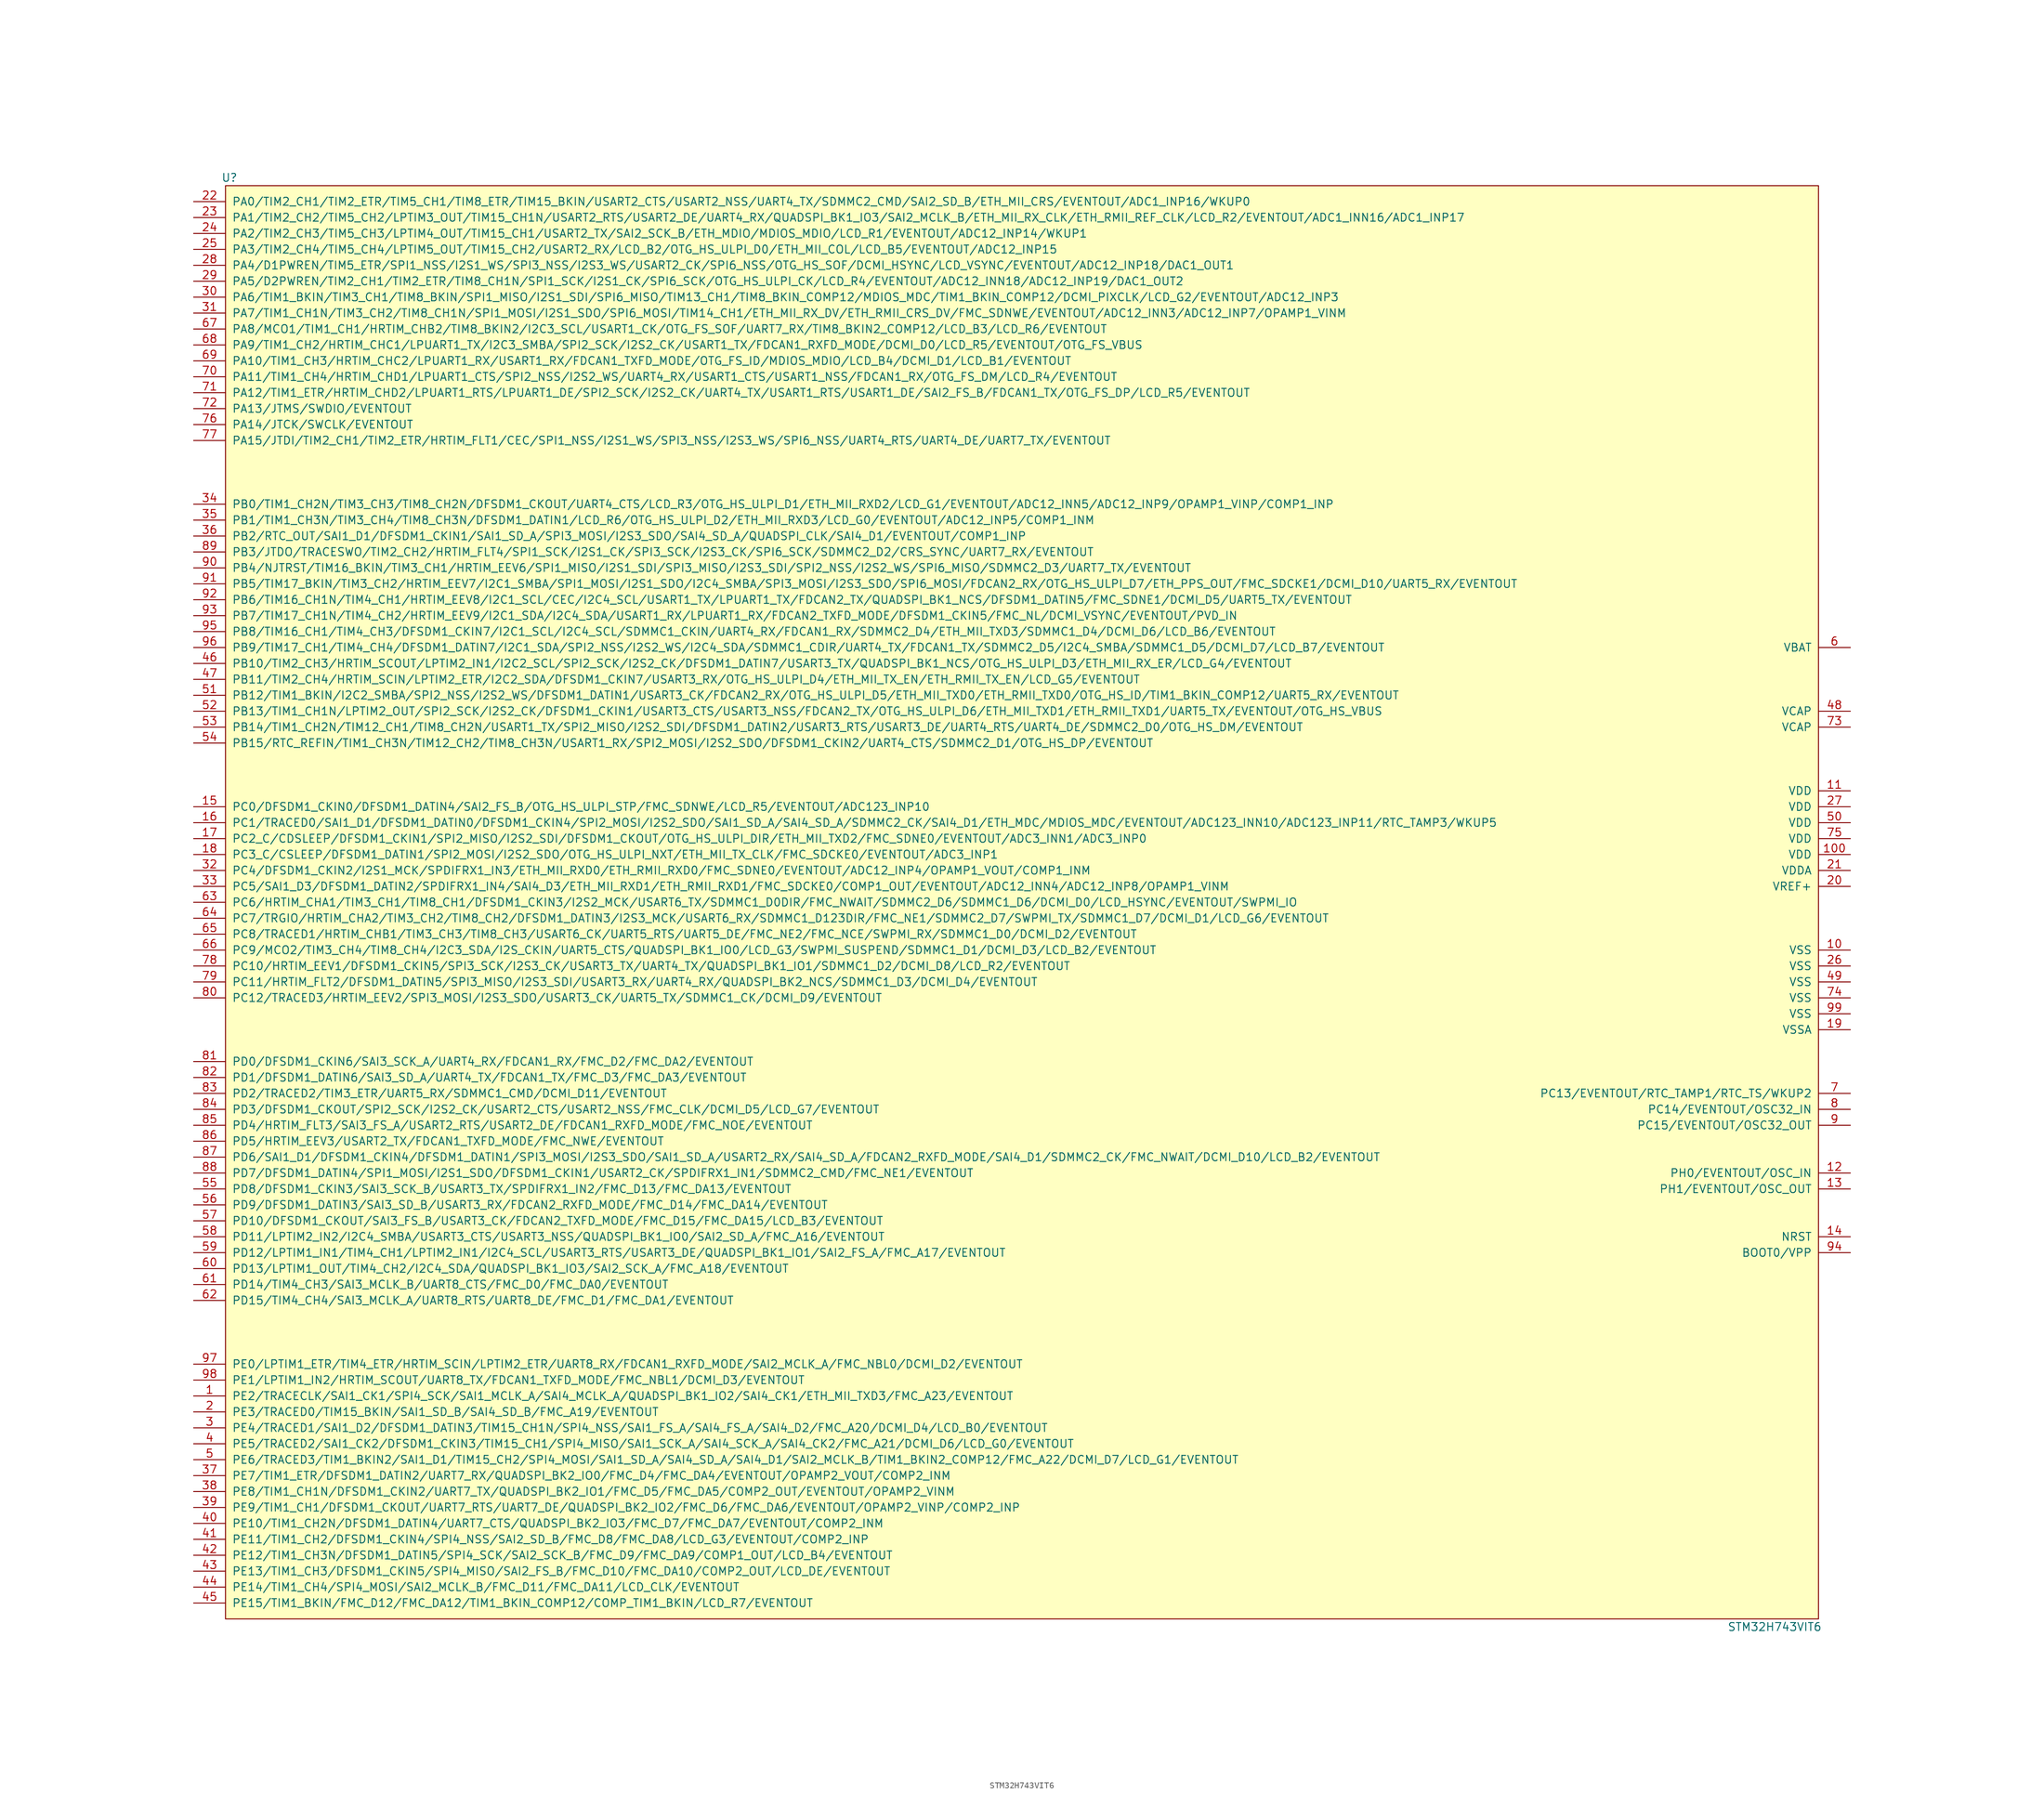
<source format=kicad_sym>
(kicad_symbol_lib
  (version 20211014)
  (generator kicad_symbol_editor)
  (symbol "STM32H743VIT6"
    (pin_names
      (offset 1.016))
    (property "Reference" "U"
      (at 0.635 3.81 0)
      (effects (font (size 1.27 1.27))))
    (property "Value" "STM32H743VIT6"
      (at 247.015 -227.33 0)
      (effects (font (size 1.27 1.27))))
    (symbol "STM32H743VIT6_0_1"
      (rectangle (start 0 2.54) (end 254 -226.06) (stroke (width 0) (type default) (color 0 0 0 0)) (fill (type background))))
    (symbol "STM32H743VIT6_1_1"
      (pin input line (at -5.08 -190.5 0) (length 5.08) (name "PE2/TRACECLK/SAI1_CK1/SPI4_SCK/SAI1_MCLK_A/SAI4_MCLK_A/QUADSPI_BK1_IO2/SAI4_CK1/ETH_MII_TXD3/FMC_A23/EVENTOUT" (effects (font (size 1.27 1.27)))) (number "1" (effects (font (size 1.27 1.27)))))
      (pin input line (at 259.08 -119.38 180) (length 5.08) (name "VSS" (effects (font (size 1.27 1.27)))) (number "10" (effects (font (size 1.27 1.27)))))
      (pin input line (at 259.08 -104.14 180) (length 5.08) (name "VDD" (effects (font (size 1.27 1.27)))) (number "100" (effects (font (size 1.27 1.27)))))
      (pin input line (at 259.08 -93.98 180) (length 5.08) (name "VDD" (effects (font (size 1.27 1.27)))) (number "11" (effects (font (size 1.27 1.27)))))
      (pin input line (at 259.08 -154.94 180) (length 5.08) (name "PH0/EVENTOUT/OSC_IN" (effects (font (size 1.27 1.27)))) (number "12" (effects (font (size 1.27 1.27)))))
      (pin input line (at 259.08 -157.48 180) (length 5.08) (name "PH1/EVENTOUT/OSC_OUT" (effects (font (size 1.27 1.27)))) (number "13" (effects (font (size 1.27 1.27)))))
      (pin input line (at 259.08 -165.1 180) (length 5.08) (name "NRST" (effects (font (size 1.27 1.27)))) (number "14" (effects (font (size 1.27 1.27)))))
      (pin input line (at -5.08 -96.52 0) (length 5.08) (name "PC0/DFSDM1_CKIN0/DFSDM1_DATIN4/SAI2_FS_B/OTG_HS_ULPI_STP/FMC_SDNWE/LCD_R5/EVENTOUT/ADC123_INP10" (effects (font (size 1.27 1.27)))) (number "15" (effects (font (size 1.27 1.27)))))
      (pin input line (at -5.08 -99.06 0) (length 5.08) (name "PC1/TRACED0/SAI1_D1/DFSDM1_DATIN0/DFSDM1_CKIN4/SPI2_MOSI/I2S2_SDO/SAI1_SD_A/SAI4_SD_A/SDMMC2_CK/SAI4_D1/ETH_MDC/MDIOS_MDC/EVENTOUT/ADC123_INN10/ADC123_INP11/RTC_TAMP3/WKUP5" (effects (font (size 1.27 1.27)))) (number "16" (effects (font (size 1.27 1.27)))))
      (pin input line (at -5.08 -101.6 0) (length 5.08) (name "PC2_C/CDSLEEP/DFSDM1_CKIN1/SPI2_MISO/I2S2_SDI/DFSDM1_CKOUT/OTG_HS_ULPI_DIR/ETH_MII_TXD2/FMC_SDNE0/EVENTOUT/ADC3_INN1/ADC3_INP0" (effects (font (size 1.27 1.27)))) (number "17" (effects (font (size 1.27 1.27)))))
      (pin input line (at -5.08 -104.14 0) (length 5.08) (name "PC3_C/CSLEEP/DFSDM1_DATIN1/SPI2_MOSI/I2S2_SDO/OTG_HS_ULPI_NXT/ETH_MII_TX_CLK/FMC_SDCKE0/EVENTOUT/ADC3_INP1" (effects (font (size 1.27 1.27)))) (number "18" (effects (font (size 1.27 1.27)))))
      (pin input line (at 259.08 -132.08 180) (length 5.08) (name "VSSA" (effects (font (size 1.27 1.27)))) (number "19" (effects (font (size 1.27 1.27)))))
      (pin input line (at -5.08 -193.04 0) (length 5.08) (name "PE3/TRACED0/TIM15_BKIN/SAI1_SD_B/SAI4_SD_B/FMC_A19/EVENTOUT" (effects (font (size 1.27 1.27)))) (number "2" (effects (font (size 1.27 1.27)))))
      (pin input line (at 259.08 -109.22 180) (length 5.08) (name "VREF+" (effects (font (size 1.27 1.27)))) (number "20" (effects (font (size 1.27 1.27)))))
      (pin input line (at 259.08 -106.68 180) (length 5.08) (name "VDDA" (effects (font (size 1.27 1.27)))) (number "21" (effects (font (size 1.27 1.27)))))
      (pin input line (at -5.08 0 0) (length 5.08) (name "PA0/TIM2_CH1/TIM2_ETR/TIM5_CH1/TIM8_ETR/TIM15_BKIN/USART2_CTS/USART2_NSS/UART4_TX/SDMMC2_CMD/SAI2_SD_B/ETH_MII_CRS/EVENTOUT/ADC1_INP16/WKUP0" (effects (font (size 1.27 1.27)))) (number "22" (effects (font (size 1.27 1.27)))))
      (pin input line (at -5.08 -2.54 0) (length 5.08) (name "PA1/TIM2_CH2/TIM5_CH2/LPTIM3_OUT/TIM15_CH1N/USART2_RTS/USART2_DE/UART4_RX/QUADSPI_BK1_IO3/SAI2_MCLK_B/ETH_MII_RX_CLK/ETH_RMII_REF_CLK/LCD_R2/EVENTOUT/ADC1_INN16/ADC1_INP17" (effects (font (size 1.27 1.27)))) (number "23" (effects (font (size 1.27 1.27)))))
      (pin input line (at -5.08 -5.08 0) (length 5.08) (name "PA2/TIM2_CH3/TIM5_CH3/LPTIM4_OUT/TIM15_CH1/USART2_TX/SAI2_SCK_B/ETH_MDIO/MDIOS_MDIO/LCD_R1/EVENTOUT/ADC12_INP14/WKUP1" (effects (font (size 1.27 1.27)))) (number "24" (effects (font (size 1.27 1.27)))))
      (pin input line (at -5.08 -7.62 0) (length 5.08) (name "PA3/TIM2_CH4/TIM5_CH4/LPTIM5_OUT/TIM15_CH2/USART2_RX/LCD_B2/OTG_HS_ULPI_D0/ETH_MII_COL/LCD_B5/EVENTOUT/ADC12_INP15" (effects (font (size 1.27 1.27)))) (number "25" (effects (font (size 1.27 1.27)))))
      (pin input line (at 259.08 -121.92 180) (length 5.08) (name "VSS" (effects (font (size 1.27 1.27)))) (number "26" (effects (font (size 1.27 1.27)))))
      (pin input line (at 259.08 -96.52 180) (length 5.08) (name "VDD" (effects (font (size 1.27 1.27)))) (number "27" (effects (font (size 1.27 1.27)))))
      (pin input line (at -5.08 -10.16 0) (length 5.08) (name "PA4/D1PWREN/TIM5_ETR/SPI1_NSS/I2S1_WS/SPI3_NSS/I2S3_WS/USART2_CK/SPI6_NSS/OTG_HS_SOF/DCMI_HSYNC/LCD_VSYNC/EVENTOUT/ADC12_INP18/DAC1_OUT1" (effects (font (size 1.27 1.27)))) (number "28" (effects (font (size 1.27 1.27)))))
      (pin input line (at -5.08 -12.7 0) (length 5.08) (name "PA5/D2PWREN/TIM2_CH1/TIM2_ETR/TIM8_CH1N/SPI1_SCK/I2S1_CK/SPI6_SCK/OTG_HS_ULPI_CK/LCD_R4/EVENTOUT/ADC12_INN18/ADC12_INP19/DAC1_OUT2" (effects (font (size 1.27 1.27)))) (number "29" (effects (font (size 1.27 1.27)))))
      (pin input line (at -5.08 -195.58 0) (length 5.08) (name "PE4/TRACED1/SAI1_D2/DFSDM1_DATIN3/TIM15_CH1N/SPI4_NSS/SAI1_FS_A/SAI4_FS_A/SAI4_D2/FMC_A20/DCMI_D4/LCD_B0/EVENTOUT" (effects (font (size 1.27 1.27)))) (number "3" (effects (font (size 1.27 1.27)))))
      (pin input line (at -5.08 -15.24 0) (length 5.08) (name "PA6/TIM1_BKIN/TIM3_CH1/TIM8_BKIN/SPI1_MISO/I2S1_SDI/SPI6_MISO/TIM13_CH1/TIM8_BKIN_COMP12/MDIOS_MDC/TIM1_BKIN_COMP12/DCMI_PIXCLK/LCD_G2/EVENTOUT/ADC12_INP3" (effects (font (size 1.27 1.27)))) (number "30" (effects (font (size 1.27 1.27)))))
      (pin input line (at -5.08 -17.78 0) (length 5.08) (name "PA7/TIM1_CH1N/TIM3_CH2/TIM8_CH1N/SPI1_MOSI/I2S1_SDO/SPI6_MOSI/TIM14_CH1/ETH_MII_RX_DV/ETH_RMII_CRS_DV/FMC_SDNWE/EVENTOUT/ADC12_INN3/ADC12_INP7/OPAMP1_VINM" (effects (font (size 1.27 1.27)))) (number "31" (effects (font (size 1.27 1.27)))))
      (pin input line (at -5.08 -106.68 0) (length 5.08) (name "PC4/DFSDM1_CKIN2/I2S1_MCK/SPDIFRX1_IN3/ETH_MII_RXD0/ETH_RMII_RXD0/FMC_SDNE0/EVENTOUT/ADC12_INP4/OPAMP1_VOUT/COMP1_INM" (effects (font (size 1.27 1.27)))) (number "32" (effects (font (size 1.27 1.27)))))
      (pin input line (at -5.08 -109.22 0) (length 5.08) (name "PC5/SAI1_D3/DFSDM1_DATIN2/SPDIFRX1_IN4/SAI4_D3/ETH_MII_RXD1/ETH_RMII_RXD1/FMC_SDCKE0/COMP1_OUT/EVENTOUT/ADC12_INN4/ADC12_INP8/OPAMP1_VINM" (effects (font (size 1.27 1.27)))) (number "33" (effects (font (size 1.27 1.27)))))
      (pin input line (at -5.08 -48.26 0) (length 5.08) (name "PB0/TIM1_CH2N/TIM3_CH3/TIM8_CH2N/DFSDM1_CKOUT/UART4_CTS/LCD_R3/OTG_HS_ULPI_D1/ETH_MII_RXD2/LCD_G1/EVENTOUT/ADC12_INN5/ADC12_INP9/OPAMP1_VINP/COMP1_INP" (effects (font (size 1.27 1.27)))) (number "34" (effects (font (size 1.27 1.27)))))
      (pin input line (at -5.08 -50.8 0) (length 5.08) (name "PB1/TIM1_CH3N/TIM3_CH4/TIM8_CH3N/DFSDM1_DATIN1/LCD_R6/OTG_HS_ULPI_D2/ETH_MII_RXD3/LCD_G0/EVENTOUT/ADC12_INP5/COMP1_INM" (effects (font (size 1.27 1.27)))) (number "35" (effects (font (size 1.27 1.27)))))
      (pin input line (at -5.08 -53.34 0) (length 5.08) (name "PB2/RTC_OUT/SAI1_D1/DFSDM1_CKIN1/SAI1_SD_A/SPI3_MOSI/I2S3_SDO/SAI4_SD_A/QUADSPI_CLK/SAI4_D1/EVENTOUT/COMP1_INP" (effects (font (size 1.27 1.27)))) (number "36" (effects (font (size 1.27 1.27)))))
      (pin input line (at -5.08 -203.2 0) (length 5.08) (name "PE7/TIM1_ETR/DFSDM1_DATIN2/UART7_RX/QUADSPI_BK2_IO0/FMC_D4/FMC_DA4/EVENTOUT/OPAMP2_VOUT/COMP2_INM" (effects (font (size 1.27 1.27)))) (number "37" (effects (font (size 1.27 1.27)))))
      (pin input line (at -5.08 -205.74 0) (length 5.08) (name "PE8/TIM1_CH1N/DFSDM1_CKIN2/UART7_TX/QUADSPI_BK2_IO1/FMC_D5/FMC_DA5/COMP2_OUT/EVENTOUT/OPAMP2_VINM" (effects (font (size 1.27 1.27)))) (number "38" (effects (font (size 1.27 1.27)))))
      (pin input line (at -5.08 -208.28 0) (length 5.08) (name "PE9/TIM1_CH1/DFSDM1_CKOUT/UART7_RTS/UART7_DE/QUADSPI_BK2_IO2/FMC_D6/FMC_DA6/EVENTOUT/OPAMP2_VINP/COMP2_INP" (effects (font (size 1.27 1.27)))) (number "39" (effects (font (size 1.27 1.27)))))
      (pin input line (at -5.08 -198.12 0) (length 5.08) (name "PE5/TRACED2/SAI1_CK2/DFSDM1_CKIN3/TIM15_CH1/SPI4_MISO/SAI1_SCK_A/SAI4_SCK_A/SAI4_CK2/FMC_A21/DCMI_D6/LCD_G0/EVENTOUT" (effects (font (size 1.27 1.27)))) (number "4" (effects (font (size 1.27 1.27)))))
      (pin input line (at -5.08 -210.82 0) (length 5.08) (name "PE10/TIM1_CH2N/DFSDM1_DATIN4/UART7_CTS/QUADSPI_BK2_IO3/FMC_D7/FMC_DA7/EVENTOUT/COMP2_INM" (effects (font (size 1.27 1.27)))) (number "40" (effects (font (size 1.27 1.27)))))
      (pin input line (at -5.08 -213.36 0) (length 5.08) (name "PE11/TIM1_CH2/DFSDM1_CKIN4/SPI4_NSS/SAI2_SD_B/FMC_D8/FMC_DA8/LCD_G3/EVENTOUT/COMP2_INP" (effects (font (size 1.27 1.27)))) (number "41" (effects (font (size 1.27 1.27)))))
      (pin input line (at -5.08 -215.9 0) (length 5.08) (name "PE12/TIM1_CH3N/DFSDM1_DATIN5/SPI4_SCK/SAI2_SCK_B/FMC_D9/FMC_DA9/COMP1_OUT/LCD_B4/EVENTOUT" (effects (font (size 1.27 1.27)))) (number "42" (effects (font (size 1.27 1.27)))))
      (pin input line (at -5.08 -218.44 0) (length 5.08) (name "PE13/TIM1_CH3/DFSDM1_CKIN5/SPI4_MISO/SAI2_FS_B/FMC_D10/FMC_DA10/COMP2_OUT/LCD_DE/EVENTOUT" (effects (font (size 1.27 1.27)))) (number "43" (effects (font (size 1.27 1.27)))))
      (pin input line (at -5.08 -220.98 0) (length 5.08) (name "PE14/TIM1_CH4/SPI4_MOSI/SAI2_MCLK_B/FMC_D11/FMC_DA11/LCD_CLK/EVENTOUT" (effects (font (size 1.27 1.27)))) (number "44" (effects (font (size 1.27 1.27)))))
      (pin input line (at -5.08 -223.52 0) (length 5.08) (name "PE15/TIM1_BKIN/FMC_D12/FMC_DA12/TIM1_BKIN_COMP12/COMP_TIM1_BKIN/LCD_R7/EVENTOUT" (effects (font (size 1.27 1.27)))) (number "45" (effects (font (size 1.27 1.27)))))
      (pin input line (at -5.08 -73.66 0) (length 5.08) (name "PB10/TIM2_CH3/HRTIM_SCOUT/LPTIM2_IN1/I2C2_SCL/SPI2_SCK/I2S2_CK/DFSDM1_DATIN7/USART3_TX/QUADSPI_BK1_NCS/OTG_HS_ULPI_D3/ETH_MII_RX_ER/LCD_G4/EVENTOUT" (effects (font (size 1.27 1.27)))) (number "46" (effects (font (size 1.27 1.27)))))
      (pin input line (at -5.08 -76.2 0) (length 5.08) (name "PB11/TIM2_CH4/HRTIM_SCIN/LPTIM2_ETR/I2C2_SDA/DFSDM1_CKIN7/USART3_RX/OTG_HS_ULPI_D4/ETH_MII_TX_EN/ETH_RMII_TX_EN/LCD_G5/EVENTOUT" (effects (font (size 1.27 1.27)))) (number "47" (effects (font (size 1.27 1.27)))))
      (pin input line (at 259.08 -81.28 180) (length 5.08) (name "VCAP" (effects (font (size 1.27 1.27)))) (number "48" (effects (font (size 1.27 1.27)))))
      (pin input line (at 259.08 -124.46 180) (length 5.08) (name "VSS" (effects (font (size 1.27 1.27)))) (number "49" (effects (font (size 1.27 1.27)))))
      (pin input line (at -5.08 -200.66 0) (length 5.08) (name "PE6/TRACED3/TIM1_BKIN2/SAI1_D1/TIM15_CH2/SPI4_MOSI/SAI1_SD_A/SAI4_SD_A/SAI4_D1/SAI2_MCLK_B/TIM1_BKIN2_COMP12/FMC_A22/DCMI_D7/LCD_G1/EVENTOUT" (effects (font (size 1.27 1.27)))) (number "5" (effects (font (size 1.27 1.27)))))
      (pin input line (at 259.08 -99.06 180) (length 5.08) (name "VDD" (effects (font (size 1.27 1.27)))) (number "50" (effects (font (size 1.27 1.27)))))
      (pin input line (at -5.08 -78.74 0) (length 5.08) (name "PB12/TIM1_BKIN/I2C2_SMBA/SPI2_NSS/I2S2_WS/DFSDM1_DATIN1/USART3_CK/FDCAN2_RX/OTG_HS_ULPI_D5/ETH_MII_TXD0/ETH_RMII_TXD0/OTG_HS_ID/TIM1_BKIN_COMP12/UART5_RX/EVENTOUT" (effects (font (size 1.27 1.27)))) (number "51" (effects (font (size 1.27 1.27)))))
      (pin input line (at -5.08 -81.28 0) (length 5.08) (name "PB13/TIM1_CH1N/LPTIM2_OUT/SPI2_SCK/I2S2_CK/DFSDM1_CKIN1/USART3_CTS/USART3_NSS/FDCAN2_TX/OTG_HS_ULPI_D6/ETH_MII_TXD1/ETH_RMII_TXD1/UART5_TX/EVENTOUT/OTG_HS_VBUS" (effects (font (size 1.27 1.27)))) (number "52" (effects (font (size 1.27 1.27)))))
      (pin input line (at -5.08 -83.82 0) (length 5.08) (name "PB14/TIM1_CH2N/TIM12_CH1/TIM8_CH2N/USART1_TX/SPI2_MISO/I2S2_SDI/DFSDM1_DATIN2/USART3_RTS/USART3_DE/UART4_RTS/UART4_DE/SDMMC2_D0/OTG_HS_DM/EVENTOUT" (effects (font (size 1.27 1.27)))) (number "53" (effects (font (size 1.27 1.27)))))
      (pin input line (at -5.08 -86.36 0) (length 5.08) (name "PB15/RTC_REFIN/TIM1_CH3N/TIM12_CH2/TIM8_CH3N/USART1_RX/SPI2_MOSI/I2S2_SDO/DFSDM1_CKIN2/UART4_CTS/SDMMC2_D1/OTG_HS_DP/EVENTOUT" (effects (font (size 1.27 1.27)))) (number "54" (effects (font (size 1.27 1.27)))))
      (pin input line (at -5.08 -157.48 0) (length 5.08) (name "PD8/DFSDM1_CKIN3/SAI3_SCK_B/USART3_TX/SPDIFRX1_IN2/FMC_D13/FMC_DA13/EVENTOUT" (effects (font (size 1.27 1.27)))) (number "55" (effects (font (size 1.27 1.27)))))
      (pin input line (at -5.08 -160.02 0) (length 5.08) (name "PD9/DFSDM1_DATIN3/SAI3_SD_B/USART3_RX/FDCAN2_RXFD_MODE/FMC_D14/FMC_DA14/EVENTOUT" (effects (font (size 1.27 1.27)))) (number "56" (effects (font (size 1.27 1.27)))))
      (pin input line (at -5.08 -162.56 0) (length 5.08) (name "PD10/DFSDM1_CKOUT/SAI3_FS_B/USART3_CK/FDCAN2_TXFD_MODE/FMC_D15/FMC_DA15/LCD_B3/EVENTOUT" (effects (font (size 1.27 1.27)))) (number "57" (effects (font (size 1.27 1.27)))))
      (pin input line (at -5.08 -165.1 0) (length 5.08) (name "PD11/LPTIM2_IN2/I2C4_SMBA/USART3_CTS/USART3_NSS/QUADSPI_BK1_IO0/SAI2_SD_A/FMC_A16/EVENTOUT" (effects (font (size 1.27 1.27)))) (number "58" (effects (font (size 1.27 1.27)))))
      (pin input line (at -5.08 -167.64 0) (length 5.08) (name "PD12/LPTIM1_IN1/TIM4_CH1/LPTIM2_IN1/I2C4_SCL/USART3_RTS/USART3_DE/QUADSPI_BK1_IO1/SAI2_FS_A/FMC_A17/EVENTOUT" (effects (font (size 1.27 1.27)))) (number "59" (effects (font (size 1.27 1.27)))))
      (pin input line (at 259.08 -71.12 180) (length 5.08) (name "VBAT" (effects (font (size 1.27 1.27)))) (number "6" (effects (font (size 1.27 1.27)))))
      (pin input line (at -5.08 -170.18 0) (length 5.08) (name "PD13/LPTIM1_OUT/TIM4_CH2/I2C4_SDA/QUADSPI_BK1_IO3/SAI2_SCK_A/FMC_A18/EVENTOUT" (effects (font (size 1.27 1.27)))) (number "60" (effects (font (size 1.27 1.27)))))
      (pin input line (at -5.08 -172.72 0) (length 5.08) (name "PD14/TIM4_CH3/SAI3_MCLK_B/UART8_CTS/FMC_D0/FMC_DA0/EVENTOUT" (effects (font (size 1.27 1.27)))) (number "61" (effects (font (size 1.27 1.27)))))
      (pin input line (at -5.08 -175.26 0) (length 5.08) (name "PD15/TIM4_CH4/SAI3_MCLK_A/UART8_RTS/UART8_DE/FMC_D1/FMC_DA1/EVENTOUT" (effects (font (size 1.27 1.27)))) (number "62" (effects (font (size 1.27 1.27)))))
      (pin input line (at -5.08 -111.76 0) (length 5.08) (name "PC6/HRTIM_CHA1/TIM3_CH1/TIM8_CH1/DFSDM1_CKIN3/I2S2_MCK/USART6_TX/SDMMC1_D0DIR/FMC_NWAIT/SDMMC2_D6/SDMMC1_D6/DCMI_D0/LCD_HSYNC/EVENTOUT/SWPMI_IO" (effects (font (size 1.27 1.27)))) (number "63" (effects (font (size 1.27 1.27)))))
      (pin input line (at -5.08 -114.3 0) (length 5.08) (name "PC7/TRGIO/HRTIM_CHA2/TIM3_CH2/TIM8_CH2/DFSDM1_DATIN3/I2S3_MCK/USART6_RX/SDMMC1_D123DIR/FMC_NE1/SDMMC2_D7/SWPMI_TX/SDMMC1_D7/DCMI_D1/LCD_G6/EVENTOUT" (effects (font (size 1.27 1.27)))) (number "64" (effects (font (size 1.27 1.27)))))
      (pin input line (at -5.08 -116.84 0) (length 5.08) (name "PC8/TRACED1/HRTIM_CHB1/TIM3_CH3/TIM8_CH3/USART6_CK/UART5_RTS/UART5_DE/FMC_NE2/FMC_NCE/SWPMI_RX/SDMMC1_D0/DCMI_D2/EVENTOUT" (effects (font (size 1.27 1.27)))) (number "65" (effects (font (size 1.27 1.27)))))
      (pin input line (at -5.08 -119.38 0) (length 5.08) (name "PC9/MCO2/TIM3_CH4/TIM8_CH4/I2C3_SDA/I2S_CKIN/UART5_CTS/QUADSPI_BK1_IO0/LCD_G3/SWPMI_SUSPEND/SDMMC1_D1/DCMI_D3/LCD_B2/EVENTOUT" (effects (font (size 1.27 1.27)))) (number "66" (effects (font (size 1.27 1.27)))))
      (pin input line (at -5.08 -20.32 0) (length 5.08) (name "PA8/MCO1/TIM1_CH1/HRTIM_CHB2/TIM8_BKIN2/I2C3_SCL/USART1_CK/OTG_FS_SOF/UART7_RX/TIM8_BKIN2_COMP12/LCD_B3/LCD_R6/EVENTOUT" (effects (font (size 1.27 1.27)))) (number "67" (effects (font (size 1.27 1.27)))))
      (pin input line (at -5.08 -22.86 0) (length 5.08) (name "PA9/TIM1_CH2/HRTIM_CHC1/LPUART1_TX/I2C3_SMBA/SPI2_SCK/I2S2_CK/USART1_TX/FDCAN1_RXFD_MODE/DCMI_D0/LCD_R5/EVENTOUT/OTG_FS_VBUS" (effects (font (size 1.27 1.27)))) (number "68" (effects (font (size 1.27 1.27)))))
      (pin input line (at -5.08 -25.4 0) (length 5.08) (name "PA10/TIM1_CH3/HRTIM_CHC2/LPUART1_RX/USART1_RX/FDCAN1_TXFD_MODE/OTG_FS_ID/MDIOS_MDIO/LCD_B4/DCMI_D1/LCD_B1/EVENTOUT" (effects (font (size 1.27 1.27)))) (number "69" (effects (font (size 1.27 1.27)))))
      (pin input line (at 259.08 -142.24 180) (length 5.08) (name "PC13/EVENTOUT/RTC_TAMP1/RTC_TS/WKUP2" (effects (font (size 1.27 1.27)))) (number "7" (effects (font (size 1.27 1.27)))))
      (pin input line (at -5.08 -27.94 0) (length 5.08) (name "PA11/TIM1_CH4/HRTIM_CHD1/LPUART1_CTS/SPI2_NSS/I2S2_WS/UART4_RX/USART1_CTS/USART1_NSS/FDCAN1_RX/OTG_FS_DM/LCD_R4/EVENTOUT" (effects (font (size 1.27 1.27)))) (number "70" (effects (font (size 1.27 1.27)))))
      (pin input line (at -5.08 -30.48 0) (length 5.08) (name "PA12/TIM1_ETR/HRTIM_CHD2/LPUART1_RTS/LPUART1_DE/SPI2_SCK/I2S2_CK/UART4_TX/USART1_RTS/USART1_DE/SAI2_FS_B/FDCAN1_TX/OTG_FS_DP/LCD_R5/EVENTOUT" (effects (font (size 1.27 1.27)))) (number "71" (effects (font (size 1.27 1.27)))))
      (pin input line (at -5.08 -33.02 0) (length 5.08) (name "PA13/JTMS/SWDIO/EVENTOUT" (effects (font (size 1.27 1.27)))) (number "72" (effects (font (size 1.27 1.27)))))
      (pin input line (at 259.08 -83.82 180) (length 5.08) (name "VCAP" (effects (font (size 1.27 1.27)))) (number "73" (effects (font (size 1.27 1.27)))))
      (pin input line (at 259.08 -127 180) (length 5.08) (name "VSS" (effects (font (size 1.27 1.27)))) (number "74" (effects (font (size 1.27 1.27)))))
      (pin input line (at 259.08 -101.6 180) (length 5.08) (name "VDD" (effects (font (size 1.27 1.27)))) (number "75" (effects (font (size 1.27 1.27)))))
      (pin input line (at -5.08 -35.56 0) (length 5.08) (name "PA14/JTCK/SWCLK/EVENTOUT" (effects (font (size 1.27 1.27)))) (number "76" (effects (font (size 1.27 1.27)))))
      (pin input line (at -5.08 -38.1 0) (length 5.08) (name "PA15/JTDI/TIM2_CH1/TIM2_ETR/HRTIM_FLT1/CEC/SPI1_NSS/I2S1_WS/SPI3_NSS/I2S3_WS/SPI6_NSS/UART4_RTS/UART4_DE/UART7_TX/EVENTOUT" (effects (font (size 1.27 1.27)))) (number "77" (effects (font (size 1.27 1.27)))))
      (pin input line (at -5.08 -121.92 0) (length 5.08) (name "PC10/HRTIM_EEV1/DFSDM1_CKIN5/SPI3_SCK/I2S3_CK/USART3_TX/UART4_TX/QUADSPI_BK1_IO1/SDMMC1_D2/DCMI_D8/LCD_R2/EVENTOUT" (effects (font (size 1.27 1.27)))) (number "78" (effects (font (size 1.27 1.27)))))
      (pin input line (at -5.08 -124.46 0) (length 5.08) (name "PC11/HRTIM_FLT2/DFSDM1_DATIN5/SPI3_MISO/I2S3_SDI/USART3_RX/UART4_RX/QUADSPI_BK2_NCS/SDMMC1_D3/DCMI_D4/EVENTOUT" (effects (font (size 1.27 1.27)))) (number "79" (effects (font (size 1.27 1.27)))))
      (pin input line (at 259.08 -144.78 180) (length 5.08) (name "PC14/EVENTOUT/OSC32_IN" (effects (font (size 1.27 1.27)))) (number "8" (effects (font (size 1.27 1.27)))))
      (pin input line (at -5.08 -127 0) (length 5.08) (name "PC12/TRACED3/HRTIM_EEV2/SPI3_MOSI/I2S3_SDO/USART3_CK/UART5_TX/SDMMC1_CK/DCMI_D9/EVENTOUT" (effects (font (size 1.27 1.27)))) (number "80" (effects (font (size 1.27 1.27)))))
      (pin input line (at -5.08 -137.16 0) (length 5.08) (name "PD0/DFSDM1_CKIN6/SAI3_SCK_A/UART4_RX/FDCAN1_RX/FMC_D2/FMC_DA2/EVENTOUT" (effects (font (size 1.27 1.27)))) (number "81" (effects (font (size 1.27 1.27)))))
      (pin input line (at -5.08 -139.7 0) (length 5.08) (name "PD1/DFSDM1_DATIN6/SAI3_SD_A/UART4_TX/FDCAN1_TX/FMC_D3/FMC_DA3/EVENTOUT" (effects (font (size 1.27 1.27)))) (number "82" (effects (font (size 1.27 1.27)))))
      (pin input line (at -5.08 -142.24 0) (length 5.08) (name "PD2/TRACED2/TIM3_ETR/UART5_RX/SDMMC1_CMD/DCMI_D11/EVENTOUT" (effects (font (size 1.27 1.27)))) (number "83" (effects (font (size 1.27 1.27)))))
      (pin input line (at -5.08 -144.78 0) (length 5.08) (name "PD3/DFSDM1_CKOUT/SPI2_SCK/I2S2_CK/USART2_CTS/USART2_NSS/FMC_CLK/DCMI_D5/LCD_G7/EVENTOUT" (effects (font (size 1.27 1.27)))) (number "84" (effects (font (size 1.27 1.27)))))
      (pin input line (at -5.08 -147.32 0) (length 5.08) (name "PD4/HRTIM_FLT3/SAI3_FS_A/USART2_RTS/USART2_DE/FDCAN1_RXFD_MODE/FMC_NOE/EVENTOUT" (effects (font (size 1.27 1.27)))) (number "85" (effects (font (size 1.27 1.27)))))
      (pin input line (at -5.08 -149.86 0) (length 5.08) (name "PD5/HRTIM_EEV3/USART2_TX/FDCAN1_TXFD_MODE/FMC_NWE/EVENTOUT" (effects (font (size 1.27 1.27)))) (number "86" (effects (font (size 1.27 1.27)))))
      (pin input line (at -5.08 -152.4 0) (length 5.08) (name "PD6/SAI1_D1/DFSDM1_CKIN4/DFSDM1_DATIN1/SPI3_MOSI/I2S3_SDO/SAI1_SD_A/USART2_RX/SAI4_SD_A/FDCAN2_RXFD_MODE/SAI4_D1/SDMMC2_CK/FMC_NWAIT/DCMI_D10/LCD_B2/EVENTOUT" (effects (font (size 1.27 1.27)))) (number "87" (effects (font (size 1.27 1.27)))))
      (pin input line (at -5.08 -154.94 0) (length 5.08) (name "PD7/DFSDM1_DATIN4/SPI1_MOSI/I2S1_SDO/DFSDM1_CKIN1/USART2_CK/SPDIFRX1_IN1/SDMMC2_CMD/FMC_NE1/EVENTOUT" (effects (font (size 1.27 1.27)))) (number "88" (effects (font (size 1.27 1.27)))))
      (pin input line (at -5.08 -55.88 0) (length 5.08) (name "PB3/JTDO/TRACESWO/TIM2_CH2/HRTIM_FLT4/SPI1_SCK/I2S1_CK/SPI3_SCK/I2S3_CK/SPI6_SCK/SDMMC2_D2/CRS_SYNC/UART7_RX/EVENTOUT" (effects (font (size 1.27 1.27)))) (number "89" (effects (font (size 1.27 1.27)))))
      (pin input line (at 259.08 -147.32 180) (length 5.08) (name "PC15/EVENTOUT/OSC32_OUT" (effects (font (size 1.27 1.27)))) (number "9" (effects (font (size 1.27 1.27)))))
      (pin input line (at -5.08 -58.42 0) (length 5.08) (name "PB4/NJTRST/TIM16_BKIN/TIM3_CH1/HRTIM_EEV6/SPI1_MISO/I2S1_SDI/SPI3_MISO/I2S3_SDI/SPI2_NSS/I2S2_WS/SPI6_MISO/SDMMC2_D3/UART7_TX/EVENTOUT" (effects (font (size 1.27 1.27)))) (number "90" (effects (font (size 1.27 1.27)))))
      (pin input line (at -5.08 -60.96 0) (length 5.08) (name "PB5/TIM17_BKIN/TIM3_CH2/HRTIM_EEV7/I2C1_SMBA/SPI1_MOSI/I2S1_SDO/I2C4_SMBA/SPI3_MOSI/I2S3_SDO/SPI6_MOSI/FDCAN2_RX/OTG_HS_ULPI_D7/ETH_PPS_OUT/FMC_SDCKE1/DCMI_D10/UART5_RX/EVENTOUT" (effects (font (size 1.27 1.27)))) (number "91" (effects (font (size 1.27 1.27)))))
      (pin input line (at -5.08 -63.5 0) (length 5.08) (name "PB6/TIM16_CH1N/TIM4_CH1/HRTIM_EEV8/I2C1_SCL/CEC/I2C4_SCL/USART1_TX/LPUART1_TX/FDCAN2_TX/QUADSPI_BK1_NCS/DFSDM1_DATIN5/FMC_SDNE1/DCMI_D5/UART5_TX/EVENTOUT" (effects (font (size 1.27 1.27)))) (number "92" (effects (font (size 1.27 1.27)))))
      (pin input line (at -5.08 -66.04 0) (length 5.08) (name "PB7/TIM17_CH1N/TIM4_CH2/HRTIM_EEV9/I2C1_SDA/I2C4_SDA/USART1_RX/LPUART1_RX/FDCAN2_TXFD_MODE/DFSDM1_CKIN5/FMC_NL/DCMI_VSYNC/EVENTOUT/PVD_IN" (effects (font (size 1.27 1.27)))) (number "93" (effects (font (size 1.27 1.27)))))
      (pin input line (at 259.08 -167.64 180) (length 5.08) (name "BOOT0/VPP" (effects (font (size 1.27 1.27)))) (number "94" (effects (font (size 1.27 1.27)))))
      (pin input line (at -5.08 -68.58 0) (length 5.08) (name "PB8/TIM16_CH1/TIM4_CH3/DFSDM1_CKIN7/I2C1_SCL/I2C4_SCL/SDMMC1_CKIN/UART4_RX/FDCAN1_RX/SDMMC2_D4/ETH_MII_TXD3/SDMMC1_D4/DCMI_D6/LCD_B6/EVENTOUT" (effects (font (size 1.27 1.27)))) (number "95" (effects (font (size 1.27 1.27)))))
      (pin input line (at -5.08 -71.12 0) (length 5.08) (name "PB9/TIM17_CH1/TIM4_CH4/DFSDM1_DATIN7/I2C1_SDA/SPI2_NSS/I2S2_WS/I2C4_SDA/SDMMC1_CDIR/UART4_TX/FDCAN1_TX/SDMMC2_D5/I2C4_SMBA/SDMMC1_D5/DCMI_D7/LCD_B7/EVENTOUT" (effects (font (size 1.27 1.27)))) (number "96" (effects (font (size 1.27 1.27)))))
      (pin input line (at -5.08 -185.42 0) (length 5.08) (name "PE0/LPTIM1_ETR/TIM4_ETR/HRTIM_SCIN/LPTIM2_ETR/UART8_RX/FDCAN1_RXFD_MODE/SAI2_MCLK_A/FMC_NBL0/DCMI_D2/EVENTOUT" (effects (font (size 1.27 1.27)))) (number "97" (effects (font (size 1.27 1.27)))))
      (pin input line (at -5.08 -187.96 0) (length 5.08) (name "PE1/LPTIM1_IN2/HRTIM_SCOUT/UART8_TX/FDCAN1_TXFD_MODE/FMC_NBL1/DCMI_D3/EVENTOUT" (effects (font (size 1.27 1.27)))) (number "98" (effects (font (size 1.27 1.27)))))
      (pin input line (at 259.08 -129.54 180) (length 5.08) (name "VSS" (effects (font (size 1.27 1.27)))) (number "99" (effects (font (size 1.27 1.27))))))))
</source>
